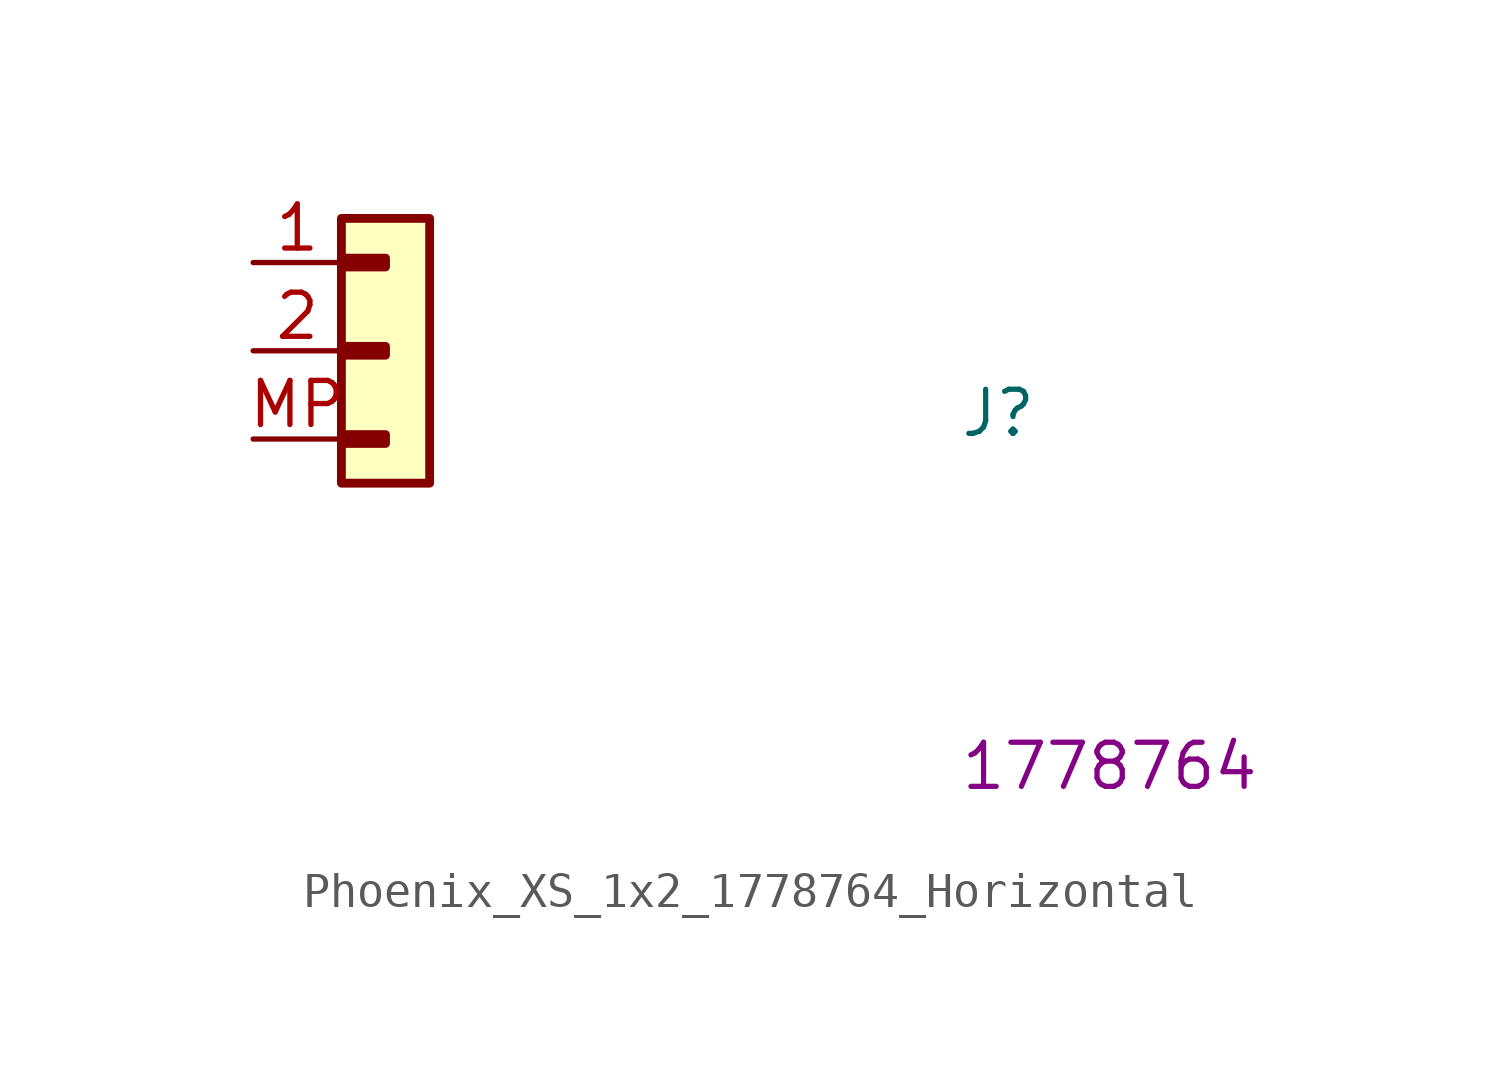
<source format=kicad_sym>
(kicad_symbol_lib
  (version 20220914)
  (generator kicad_symbol_editor)
  (symbol "Phoenix_XS_1x2_1778764_Horizontal"
    (property "Reference" "J"
      (at 20.32 -5.08 0)
      (effects (font (size 1.27 1.27) (thickness 0.15)) (justify left bottom)))
    (property "MPN" "1778764"
      (at 20.32 -15.24 0)
      (effects (font (size 1.27 1.27) (thickness 0.15)) (justify left bottom)))
    (symbol "Phoenix_XS_1x2_1778764_Horizontal_1_1"
      (rectangle (start 2.54 -4.953) (end 3.81 -5.207) (stroke (width 0.254) (type default)) (fill (type background)))
      (rectangle (start 2.54 -2.413) (end 3.81 -2.667) (stroke (width 0.254) (type default)) (fill (type background)))
      (rectangle (start 2.54 0.127) (end 3.81 -0.127) (stroke (width 0.254) (type default)) (fill (type background)))
      (rectangle (start 2.54 1.27) (end 5.08 -6.35) (stroke (width 0.254) (type default)) (fill (type background)))
      (pin input line (at 0 0 0) (length 2.54) (name "~" (effects (font (size 1.27 1.27)))) (number "1" (effects (font (size 1.27 1.27)))))
      (pin input line (at 0 -2.54 0) (length 2.54) (name "~" (effects (font (size 1.27 1.27)))) (number "2" (effects (font (size 1.27 1.27)))))
      (pin input line (at 0 -5.08 0) (length 2.54) (name "~" (effects (font (size 1.27 1.27)))) (number "MP" (effects (font (size 1.27 1.27))))))))
</source>
